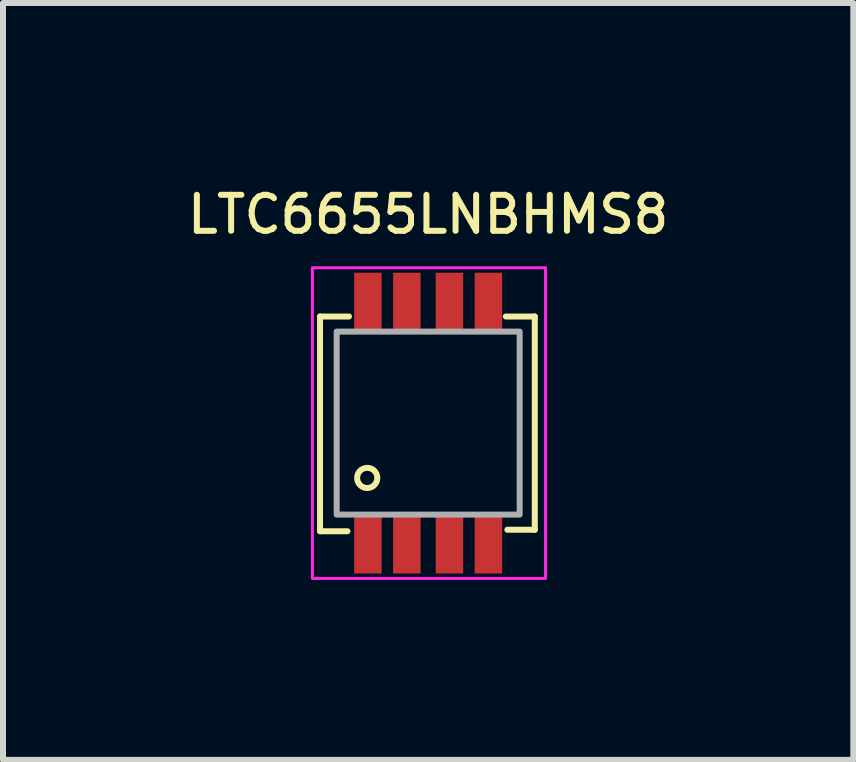
<source format=kicad_pcb>
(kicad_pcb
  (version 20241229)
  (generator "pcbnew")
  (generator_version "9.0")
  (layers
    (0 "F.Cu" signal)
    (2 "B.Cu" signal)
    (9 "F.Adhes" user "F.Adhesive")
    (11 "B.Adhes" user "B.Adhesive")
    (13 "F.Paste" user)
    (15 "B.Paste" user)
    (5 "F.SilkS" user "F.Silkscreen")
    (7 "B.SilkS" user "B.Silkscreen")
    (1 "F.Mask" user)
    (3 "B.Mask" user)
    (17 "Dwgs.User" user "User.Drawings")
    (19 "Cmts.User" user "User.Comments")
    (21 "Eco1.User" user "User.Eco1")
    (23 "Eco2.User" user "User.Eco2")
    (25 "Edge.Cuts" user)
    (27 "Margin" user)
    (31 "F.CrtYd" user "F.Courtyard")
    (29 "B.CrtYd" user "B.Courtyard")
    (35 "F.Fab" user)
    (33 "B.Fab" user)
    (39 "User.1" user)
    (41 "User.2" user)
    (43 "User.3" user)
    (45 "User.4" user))
  (footprint "LTC6655LNBHMS8"
    (layer "F.Cu")
    (at 4.09 4.006)
    (property "Reference" "LTC6655LNBHMS8" (at 0 -3.48 0) (unlocked yes) (layer "F.SilkS") (effects (font (size 0.6 0.6) (thickness 0.1))))
    (attr smd)
    (fp_line (start -1.803 -1.778) (end -1.803 1.803) (stroke (width 0.1) (type default)) (layer "F.SilkS"))
    (fp_line (start -1.803 1.803) (end -1.346 1.803) (stroke (width 0.1) (type default)) (layer "F.SilkS"))
    (fp_line (start -1.321 -1.778) (end -1.803 -1.778) (stroke (width 0.1) (type default)) (layer "F.SilkS"))
    (fp_line (start 1.295 -1.778) (end 1.778 -1.778) (stroke (width 0.1) (type default)) (layer "F.SilkS"))
    (fp_line (start 1.778 -1.778) (end 1.778 1.778) (stroke (width 0.1) (type default)) (layer "F.SilkS"))
    (fp_line (start 1.778 1.778) (end 1.321 1.778) (stroke (width 0.1) (type default)) (layer "F.SilkS"))
    (fp_circle (center -1.016 0.914) (end -1.049 1.079) (stroke (width 0.1) (type default)) (fill no) (layer "F.SilkS"))
    (fp_rect (start -1.93 -2.591) (end 1.956 2.591) (stroke (width 0.05) (type default)) (fill no) (layer "F.CrtYd"))
    (fp_rect (start -1.526 -1.526) (end 1.526 1.526) (stroke (width 0.1) (type default)) (fill no) (layer "F.Fab"))
    (pad "1" smd rect (at -1.005 2) (size 0.458 1.016) (layers "F.Cu" "F.Mask" "F.Paste"))
    (pad "2" smd rect (at -0.355 2) (size 0.458 1.016) (layers "F.Cu" "F.Mask" "F.Paste"))
    (pad "3" smd rect (at 0.355 2) (size 0.458 1.016) (layers "F.Cu" "F.Mask" "F.Paste"))
    (pad "4" smd rect (at 1.005 2) (size 0.458 1.016) (layers "F.Cu" "F.Mask" "F.Paste"))
    (pad "5" smd rect (at 1.005 -2) (size 0.458 1.016) (layers "F.Cu" "F.Mask" "F.Paste"))
    (pad "6" smd rect (at 0.355 -2) (size 0.458 1.016) (layers "F.Cu" "F.Mask" "F.Paste"))
    (pad "7" smd rect (at -0.355 -2) (size 0.458 1.016) (layers "F.Cu" "F.Mask" "F.Paste"))
    (pad "8" smd rect (at -1.005 -2) (size 0.458 1.016) (layers "F.Cu" "F.Mask" "F.Paste")))
  (gr_rect
    (start -3 -3)
    (end 11.18 9.622)
    (stroke (width 0.1) (type default))
    (fill no)
    (layer "Edge.Cuts")))
</source>
